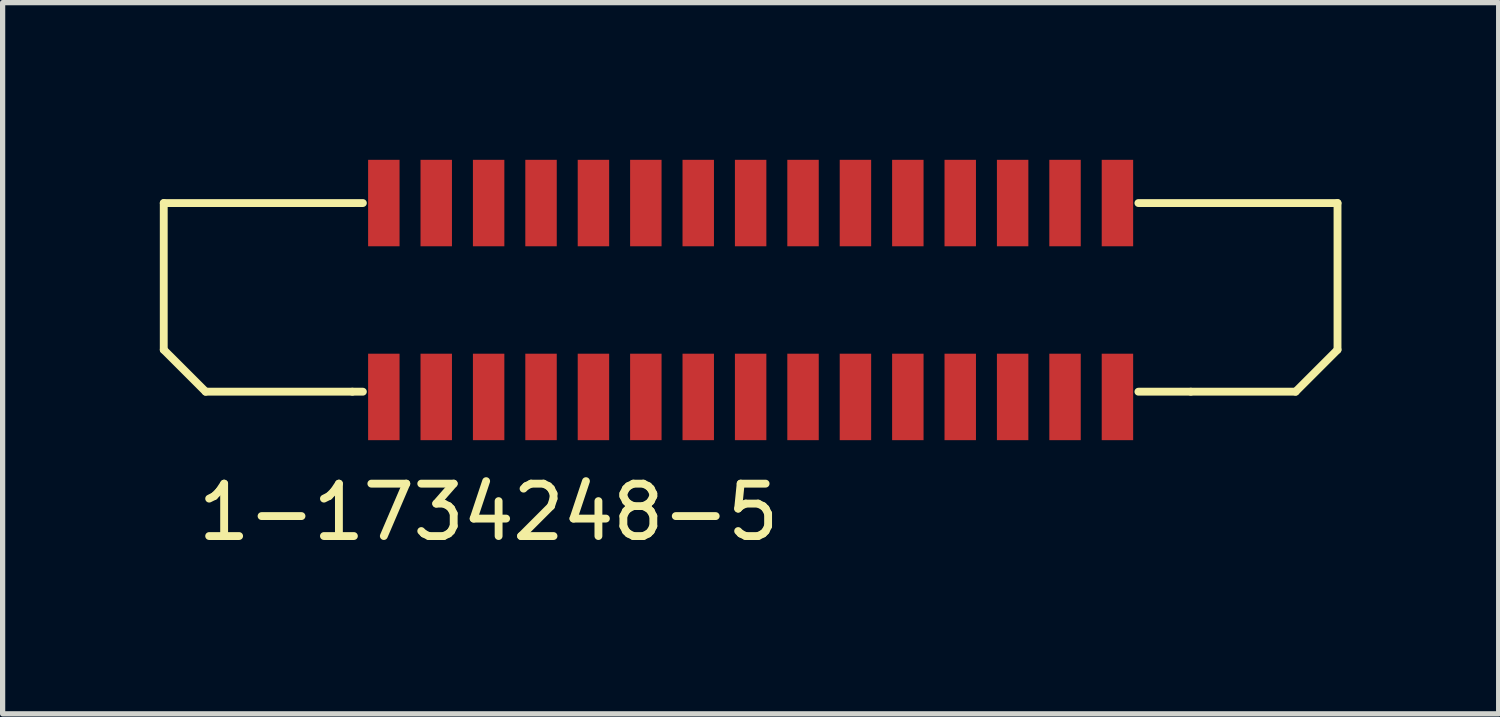
<source format=kicad_pcb>
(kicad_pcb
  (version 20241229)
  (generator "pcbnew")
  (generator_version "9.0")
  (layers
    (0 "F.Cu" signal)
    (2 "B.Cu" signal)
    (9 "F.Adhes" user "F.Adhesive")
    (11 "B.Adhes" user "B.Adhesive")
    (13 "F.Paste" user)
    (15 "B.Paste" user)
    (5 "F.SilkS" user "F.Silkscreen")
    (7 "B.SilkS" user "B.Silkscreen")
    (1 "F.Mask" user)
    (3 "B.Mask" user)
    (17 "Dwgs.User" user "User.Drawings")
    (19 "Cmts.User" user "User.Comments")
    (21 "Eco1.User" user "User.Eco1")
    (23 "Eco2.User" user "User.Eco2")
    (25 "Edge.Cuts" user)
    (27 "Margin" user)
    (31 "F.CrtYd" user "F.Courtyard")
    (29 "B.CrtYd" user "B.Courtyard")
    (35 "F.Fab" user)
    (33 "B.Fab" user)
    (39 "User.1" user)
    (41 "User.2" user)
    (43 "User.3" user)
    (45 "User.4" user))
  (footprint "1-1734248-5"
    (layer "F.Cu")
    (at 11.275 0.825)
    (property "Reference" "1-1734248-5" (at -5 5.9 0) (layer "F.SilkS") (effects (font (size 1 1) (thickness 0.15))))
    (attr through_hole)
    (fp_line (start -11.2 0) (end -11.2 2.8) (stroke (width 0.15) (type solid)) (layer "F.SilkS"))
    (fp_line (start -11.2 2.8) (end -10.4 3.6) (stroke (width 0.15) (type solid)) (layer "F.SilkS"))
    (fp_line (start -10.4 3.6) (end -7.6 3.6) (stroke (width 0.15) (type solid)) (layer "F.SilkS"))
    (fp_line (start -7.4 0) (end -11.2 0) (stroke (width 0.15) (type solid)) (layer "F.SilkS"))
    (fp_line (start -7.4 3.6) (end -7.6 3.6) (stroke (width 0.15) (type solid)) (layer "F.SilkS"))
    (fp_line (start 7.4 0) (end 11.2 0) (stroke (width 0.15) (type solid)) (layer "F.SilkS"))
    (fp_line (start 7.4 3.6) (end 8.4 3.6) (stroke (width 0.15) (type solid)) (layer "F.SilkS"))
    (fp_line (start 10.4 3.6) (end 8.4 3.6) (stroke (width 0.15) (type solid)) (layer "F.SilkS"))
    (fp_line (start 11.2 0) (end 11.2 2.8) (stroke (width 0.15) (type solid)) (layer "F.SilkS"))
    (fp_line (start 11.2 2.8) (end 10.4 3.6) (stroke (width 0.15) (type solid)) (layer "F.SilkS"))
    (pad "1" smd rect (at 7 0) (size 0.6 1.65) (layers "F.Cu" "F.Mask" "F.Paste"))
    (pad "2" smd rect (at 6 0) (size 0.6 1.65) (layers "F.Cu" "F.Mask" "F.Paste"))
    (pad "3" smd rect (at 5 0) (size 0.6 1.65) (layers "F.Cu" "F.Mask" "F.Paste"))
    (pad "4" smd rect (at 4 0) (size 0.6 1.65) (layers "F.Cu" "F.Mask" "F.Paste"))
    (pad "5" smd rect (at 3 0) (size 0.6 1.65) (layers "F.Cu" "F.Mask" "F.Paste"))
    (pad "6" smd rect (at 2 0) (size 0.6 1.65) (layers "F.Cu" "F.Mask" "F.Paste"))
    (pad "7" smd rect (at 1 0) (size 0.6 1.65) (layers "F.Cu" "F.Mask" "F.Paste"))
    (pad "8" smd rect (at 0 0) (size 0.6 1.65) (layers "F.Cu" "F.Mask" "F.Paste"))
    (pad "9" smd rect (at -1 0) (size 0.6 1.65) (layers "F.Cu" "F.Mask" "F.Paste"))
    (pad "10" smd rect (at -2 0) (size 0.6 1.65) (layers "F.Cu" "F.Mask" "F.Paste"))
    (pad "11" smd rect (at -3 0) (size 0.6 1.65) (layers "F.Cu" "F.Mask" "F.Paste"))
    (pad "12" smd rect (at -4 0) (size 0.6 1.65) (layers "F.Cu" "F.Mask" "F.Paste"))
    (pad "13" smd rect (at -5 0) (size 0.6 1.65) (layers "F.Cu" "F.Mask" "F.Paste"))
    (pad "14" smd rect (at -6 0) (size 0.6 1.65) (layers "F.Cu" "F.Mask" "F.Paste"))
    (pad "15" smd rect (at -7 0) (size 0.6 1.65) (layers "F.Cu" "F.Mask" "F.Paste"))
    (pad "16" smd rect (at -7 3.7) (size 0.6 1.65) (layers "F.Cu" "F.Mask" "F.Paste"))
    (pad "17" smd rect (at -6 3.7) (size 0.6 1.65) (layers "F.Cu" "F.Mask" "F.Paste"))
    (pad "18" smd rect (at -5 3.7) (size 0.6 1.65) (layers "F.Cu" "F.Mask" "F.Paste"))
    (pad "19" smd rect (at -4 3.7) (size 0.6 1.65) (layers "F.Cu" "F.Mask" "F.Paste"))
    (pad "20" smd rect (at -3 3.7) (size 0.6 1.65) (layers "F.Cu" "F.Mask" "F.Paste"))
    (pad "21" smd rect (at -2 3.7) (size 0.6 1.65) (layers "F.Cu" "F.Mask" "F.Paste"))
    (pad "22" smd rect (at -1 3.7) (size 0.6 1.65) (layers "F.Cu" "F.Mask" "F.Paste"))
    (pad "23" smd rect (at 0 3.7) (size 0.6 1.65) (layers "F.Cu" "F.Mask" "F.Paste"))
    (pad "24" smd rect (at 1 3.7) (size 0.6 1.65) (layers "F.Cu" "F.Mask" "F.Paste"))
    (pad "25" smd rect (at 2 3.7) (size 0.6 1.65) (layers "F.Cu" "F.Mask" "F.Paste"))
    (pad "26" smd rect (at 3 3.7) (size 0.6 1.65) (layers "F.Cu" "F.Mask" "F.Paste"))
    (pad "27" smd rect (at 4 3.7) (size 0.6 1.65) (layers "F.Cu" "F.Mask" "F.Paste"))
    (pad "28" smd rect (at 5 3.7) (size 0.6 1.65) (layers "F.Cu" "F.Mask" "F.Paste"))
    (pad "29" smd rect (at 6 3.7) (size 0.6 1.65) (layers "F.Cu" "F.Mask" "F.Paste"))
    (pad "30" smd rect (at 7 3.7) (size 0.6 1.65) (layers "F.Cu" "F.Mask" "F.Paste")))
  (gr_rect
    (start -3 -3)
    (end 25.55 10.573)
    (stroke (width 0.1) (type default))
    (fill no)
    (layer "Edge.Cuts")))
</source>
